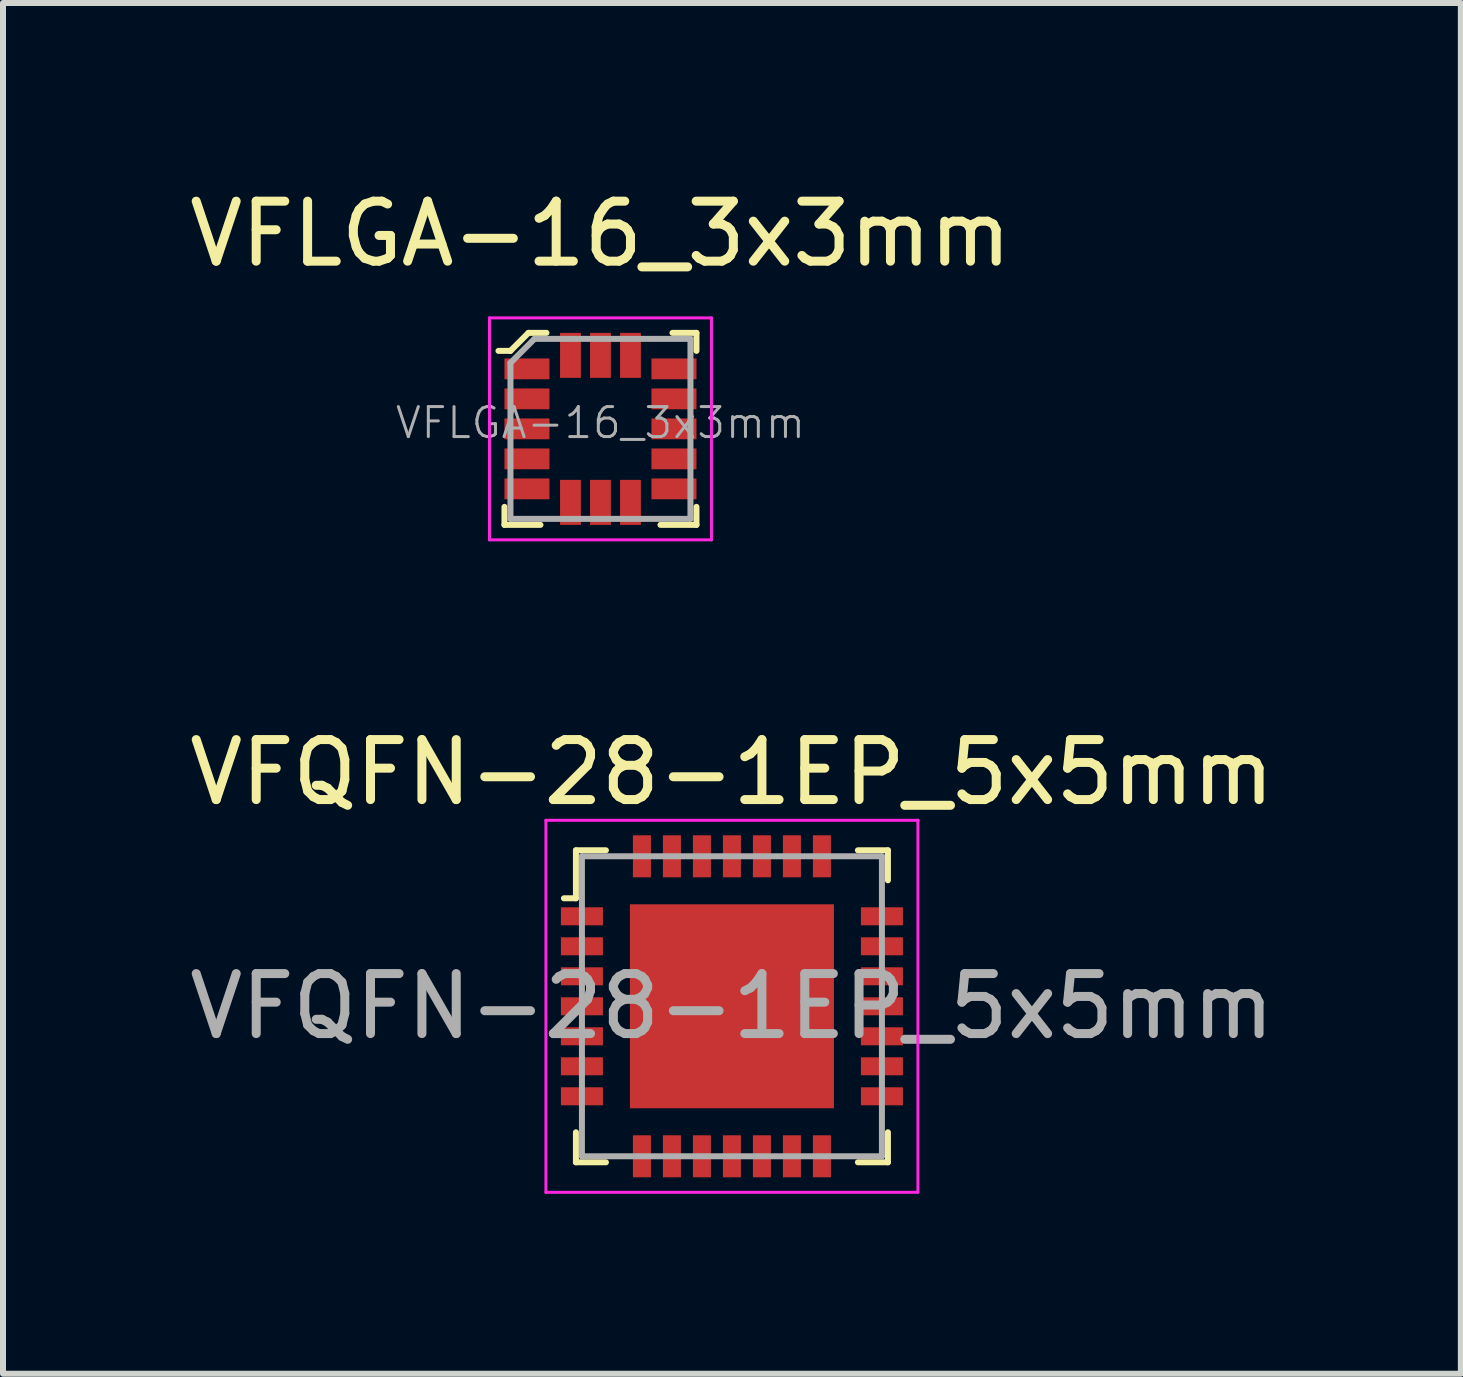
<source format=kicad_pcb>
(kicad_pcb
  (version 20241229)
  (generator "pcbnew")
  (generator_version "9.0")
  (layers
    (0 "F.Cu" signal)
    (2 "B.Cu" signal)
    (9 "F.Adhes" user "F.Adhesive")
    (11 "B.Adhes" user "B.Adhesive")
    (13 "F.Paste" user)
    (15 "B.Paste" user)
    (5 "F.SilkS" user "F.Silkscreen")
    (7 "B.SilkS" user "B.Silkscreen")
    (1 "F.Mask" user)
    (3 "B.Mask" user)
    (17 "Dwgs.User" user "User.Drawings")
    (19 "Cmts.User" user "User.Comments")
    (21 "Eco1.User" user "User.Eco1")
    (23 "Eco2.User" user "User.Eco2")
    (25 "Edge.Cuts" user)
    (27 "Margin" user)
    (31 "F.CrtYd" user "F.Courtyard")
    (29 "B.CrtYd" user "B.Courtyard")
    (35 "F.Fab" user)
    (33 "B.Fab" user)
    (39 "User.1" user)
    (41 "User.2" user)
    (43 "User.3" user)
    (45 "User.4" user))
  (footprint "VFLGA-16_3x3mm"
    (layer "F.Cu")
    (at 6.958 4.098)
    (property "Reference" "VFLGA-16_3x3mm" (at 0 -3.25 0) (layer "F.SilkS") (effects (font (size 1 1) (thickness 0.15))))
    (attr through_hole)
    (fp_line (start -1.6 1.3) (end -1.6 1.6) (stroke (width 0.1) (type solid)) (layer "F.SilkS"))
    (fp_line (start -1.6 1.6) (end -1 1.6) (stroke (width 0.1) (type solid)) (layer "F.SilkS"))
    (fp_line (start -1.5 -1.3) (end -1.7 -1.3) (stroke (width 0.1) (type solid)) (layer "F.SilkS"))
    (fp_line (start -1.2 -1.6) (end -1.5 -1.3) (stroke (width 0.1) (type solid)) (layer "F.SilkS"))
    (fp_line (start -0.9 -1.6) (end -1.2 -1.6) (stroke (width 0.1) (type solid)) (layer "F.SilkS"))
    (fp_line (start 1 1.6) (end 1.6 1.6) (stroke (width 0.1) (type solid)) (layer "F.SilkS"))
    (fp_line (start 1.2 -1.6) (end 1.6 -1.6) (stroke (width 0.1) (type solid)) (layer "F.SilkS"))
    (fp_line (start 1.6 -1.6) (end 1.6 -1.3) (stroke (width 0.1) (type solid)) (layer "F.SilkS"))
    (fp_line (start 1.6 1.6) (end 1.6 1.3) (stroke (width 0.1) (type solid)) (layer "F.SilkS"))
    (fp_line (start -1.85 -1.85) (end -1.85 1.85) (stroke (width 0.05) (type solid)) (layer "F.CrtYd"))
    (fp_line (start -1.85 -1.85) (end 1.85 -1.85) (stroke (width 0.05) (type solid)) (layer "F.CrtYd"))
    (fp_line (start -1.85 1.85) (end 1.85 1.85) (stroke (width 0.05) (type solid)) (layer "F.CrtYd"))
    (fp_line (start 1.85 -1.85) (end 1.85 1.85) (stroke (width 0.05) (type solid)) (layer "F.CrtYd"))
    (fp_line (start -1.5 -1.1) (end -1.5 1.5) (stroke (width 0.1) (type solid)) (layer "F.Fab"))
    (fp_line (start -1.5 -1.1) (end -1.1 -1.5) (stroke (width 0.1) (type solid)) (layer "F.Fab"))
    (fp_line (start -1.5 1.5) (end 1.5 1.5) (stroke (width 0.1) (type solid)) (layer "F.Fab"))
    (fp_line (start -1.1 -1.5) (end 1.5 -1.5) (stroke (width 0.1) (type solid)) (layer "F.Fab"))
    (fp_line (start 1.5 -1.5) (end 1.5 1.5) (stroke (width 0.1) (type solid)) (layer "F.Fab"))
    (fp_text user "${REFERENCE}" (at 0 -0.1 0) (layer "F.Fab") (effects (font (size 0.5 0.5) (thickness 0.05))))
    (pad "1" smd rect (at -1.225 -1) (size 0.75 0.347) (layers "F.Cu" "F.Mask" "F.Paste"))
    (pad "2" smd rect (at -1.225 -0.5) (size 0.75 0.347) (layers "F.Cu" "F.Mask" "F.Paste"))
    (pad "3" smd rect (at -1.225 0) (size 0.75 0.347) (layers "F.Cu" "F.Mask" "F.Paste"))
    (pad "4" smd rect (at -1.225 0.5) (size 0.75 0.347) (layers "F.Cu" "F.Mask" "F.Paste"))
    (pad "5" smd rect (at -1.225 1) (size 0.75 0.347) (layers "F.Cu" "F.Mask" "F.Paste"))
    (pad "6" smd rect (at -0.5 1.225) (size 0.347 0.75) (layers "F.Cu" "F.Mask" "F.Paste"))
    (pad "7" smd rect (at 0 1.225) (size 0.347 0.75) (layers "F.Cu" "F.Mask" "F.Paste"))
    (pad "8" smd rect (at 0.5 1.225) (size 0.347 0.75) (layers "F.Cu" "F.Mask" "F.Paste"))
    (pad "9" smd rect (at 1.225 1) (size 0.75 0.347) (layers "F.Cu" "F.Mask" "F.Paste"))
    (pad "10" smd rect (at 1.225 0.5) (size 0.75 0.347) (layers "F.Cu" "F.Mask" "F.Paste"))
    (pad "11" smd rect (at 1.225 0) (size 0.75 0.347) (layers "F.Cu" "F.Mask" "F.Paste"))
    (pad "12" smd rect (at 1.225 -0.5) (size 0.75 0.347) (layers "F.Cu" "F.Mask" "F.Paste"))
    (pad "13" smd rect (at 1.225 -1) (size 0.75 0.347) (layers "F.Cu" "F.Mask" "F.Paste"))
    (pad "14" smd rect (at 0.5 -1.225) (size 0.347 0.75) (layers "F.Cu" "F.Mask" "F.Paste"))
    (pad "15" smd rect (at 0 -1.225) (size 0.347 0.75) (layers "F.Cu" "F.Mask" "F.Paste"))
    (pad "16" smd rect (at -0.5 -1.225) (size 0.347 0.75) (layers "F.Cu" "F.Mask" "F.Paste")))
  (footprint "VFQFN-28-1EP_5x5mm"
    (layer "F.Cu")
    (at 9.149 13.722)
    (property "Reference" "VFQFN-28-1EP_5x5mm" (at 0 -3.9 0) (layer "F.SilkS") (effects (font (size 1 1) (thickness 0.15))))
    (attr through_hole)
    (fp_line (start -2.6 -2.6) (end -2.6 -1.8) (stroke (width 0.1) (type solid)) (layer "F.SilkS"))
    (fp_line (start -2.6 -2.6) (end -2.1 -2.6) (stroke (width 0.1) (type solid)) (layer "F.SilkS"))
    (fp_line (start -2.6 -1.8) (end -2.8 -1.8) (stroke (width 0.1) (type solid)) (layer "F.SilkS"))
    (fp_line (start -2.6 2.6) (end -2.6 2.1) (stroke (width 0.1) (type solid)) (layer "F.SilkS"))
    (fp_line (start -2.6 2.6) (end -2.1 2.6) (stroke (width 0.1) (type solid)) (layer "F.SilkS"))
    (fp_line (start 2.6 -2.6) (end 2.1 -2.6) (stroke (width 0.1) (type solid)) (layer "F.SilkS"))
    (fp_line (start 2.6 -2.6) (end 2.6 -2.1) (stroke (width 0.1) (type solid)) (layer "F.SilkS"))
    (fp_line (start 2.6 2.6) (end 2.1 2.6) (stroke (width 0.1) (type solid)) (layer "F.SilkS"))
    (fp_line (start 2.6 2.6) (end 2.6 2.1) (stroke (width 0.1) (type solid)) (layer "F.SilkS"))
    (fp_line (start -3.1 -3.1) (end -3.1 3.1) (stroke (width 0.05) (type solid)) (layer "F.CrtYd"))
    (fp_line (start -3.1 -3.1) (end 3.1 -3.1) (stroke (width 0.05) (type solid)) (layer "F.CrtYd"))
    (fp_line (start -3.1 3.1) (end 3.1 3.1) (stroke (width 0.05) (type solid)) (layer "F.CrtYd"))
    (fp_line (start 3.1 -3.1) (end 3.1 -3.09) (stroke (width 0.05) (type solid)) (layer "F.CrtYd"))
    (fp_line (start 3.1 -3.1) (end 3.1 3.1) (stroke (width 0.05) (type solid)) (layer "F.CrtYd"))
    (fp_line (start -2.5 -2.5) (end -2.5 2.5) (stroke (width 0.1) (type solid)) (layer "F.Fab"))
    (fp_line (start -2.5 -2.5) (end 2.5 -2.5) (stroke (width 0.1) (type solid)) (layer "F.Fab"))
    (fp_line (start -2.5 2.5) (end 2.5 2.5) (stroke (width 0.1) (type solid)) (layer "F.Fab"))
    (fp_line (start 2.5 -2.5) (end 2.5 2.5) (stroke (width 0.1) (type solid)) (layer "F.Fab"))
    (fp_text user "${REFERENCE}" (at 0 0 0) (layer "F.Fab") (effects (font (size 1 1) (thickness 0.15))))
    (pad "1" smd rect (at -2.5 -1.5) (size 0.7 0.3) (layers "F.Cu" "F.Mask" "F.Paste"))
    (pad "2" smd rect (at -2.5 -1) (size 0.7 0.3) (layers "F.Cu" "F.Mask" "F.Paste"))
    (pad "3" smd rect (at -2.5 -0.5) (size 0.7 0.3) (layers "F.Cu" "F.Mask" "F.Paste"))
    (pad "4" smd rect (at -2.5 0) (size 0.7 0.3) (layers "F.Cu" "F.Mask" "F.Paste"))
    (pad "5" smd rect (at -2.5 0.5) (size 0.7 0.3) (layers "F.Cu" "F.Mask" "F.Paste"))
    (pad "6" smd rect (at -2.5 1) (size 0.7 0.3) (layers "F.Cu" "F.Mask" "F.Paste"))
    (pad "7" smd rect (at -2.5 1.5) (size 0.7 0.3) (layers "F.Cu" "F.Mask" "F.Paste"))
    (pad "8" smd rect (at -1.5 2.5) (size 0.3 0.7) (layers "F.Cu" "F.Mask" "F.Paste"))
    (pad "9" smd rect (at -1 2.5) (size 0.3 0.7) (layers "F.Cu" "F.Mask" "F.Paste"))
    (pad "10" smd rect (at -0.5 2.5) (size 0.3 0.7) (layers "F.Cu" "F.Mask" "F.Paste"))
    (pad "11" smd rect (at 0 2.5) (size 0.3 0.7) (layers "F.Cu" "F.Mask" "F.Paste"))
    (pad "12" smd rect (at 0.5 2.5) (size 0.3 0.7) (layers "F.Cu" "F.Mask" "F.Paste"))
    (pad "13" smd rect (at 1 2.5) (size 0.3 0.7) (layers "F.Cu" "F.Mask" "F.Paste"))
    (pad "14" smd rect (at 1.5 2.5) (size 0.3 0.7) (layers "F.Cu" "F.Mask" "F.Paste"))
    (pad "15" smd rect (at 2.5 1.5) (size 0.7 0.3) (layers "F.Cu" "F.Mask" "F.Paste"))
    (pad "16" smd rect (at 2.5 1) (size 0.7 0.3) (layers "F.Cu" "F.Mask" "F.Paste"))
    (pad "17" smd rect (at 2.5 0.5) (size 0.7 0.3) (layers "F.Cu" "F.Mask" "F.Paste"))
    (pad "18" smd rect (at 2.5 0) (size 0.7 0.3) (layers "F.Cu" "F.Mask" "F.Paste"))
    (pad "19" smd rect (at 2.5 -0.5) (size 0.7 0.3) (layers "F.Cu" "F.Mask" "F.Paste"))
    (pad "20" smd rect (at 2.5 -1) (size 0.7 0.3) (layers "F.Cu" "F.Mask" "F.Paste"))
    (pad "21" smd rect (at 2.5 -1.5) (size 0.7 0.3) (layers "F.Cu" "F.Mask" "F.Paste"))
    (pad "22" smd rect (at 1.5 -2.5) (size 0.3 0.7) (layers "F.Cu" "F.Mask" "F.Paste"))
    (pad "23" smd rect (at 1 -2.5) (size 0.3 0.7) (layers "F.Cu" "F.Mask" "F.Paste"))
    (pad "24" smd rect (at 0.5 -2.5) (size 0.3 0.7) (layers "F.Cu" "F.Mask" "F.Paste"))
    (pad "25" smd rect (at 0 -2.5) (size 0.3 0.7) (layers "F.Cu" "F.Mask" "F.Paste"))
    (pad "26" smd rect (at -0.5 -2.5) (size 0.3 0.7) (layers "F.Cu" "F.Mask" "F.Paste"))
    (pad "27" smd rect (at -1 -2.5) (size 0.3 0.7) (layers "F.Cu" "F.Mask" "F.Paste"))
    (pad "28" smd rect (at -1.5 -2.5) (size 0.3 0.7) (layers "F.Cu" "F.Mask" "F.Paste"))
    (pad "29" smd rect (at 0 0) (size 3.4 3.4) (layers "F.Cu" "F.Mask" "F.Paste")))
  (gr_rect
    (start -3 -3)
    (end 21.298 19.846)
    (stroke (width 0.1) (type default))
    (fill no)
    (layer "Edge.Cuts")))
</source>
